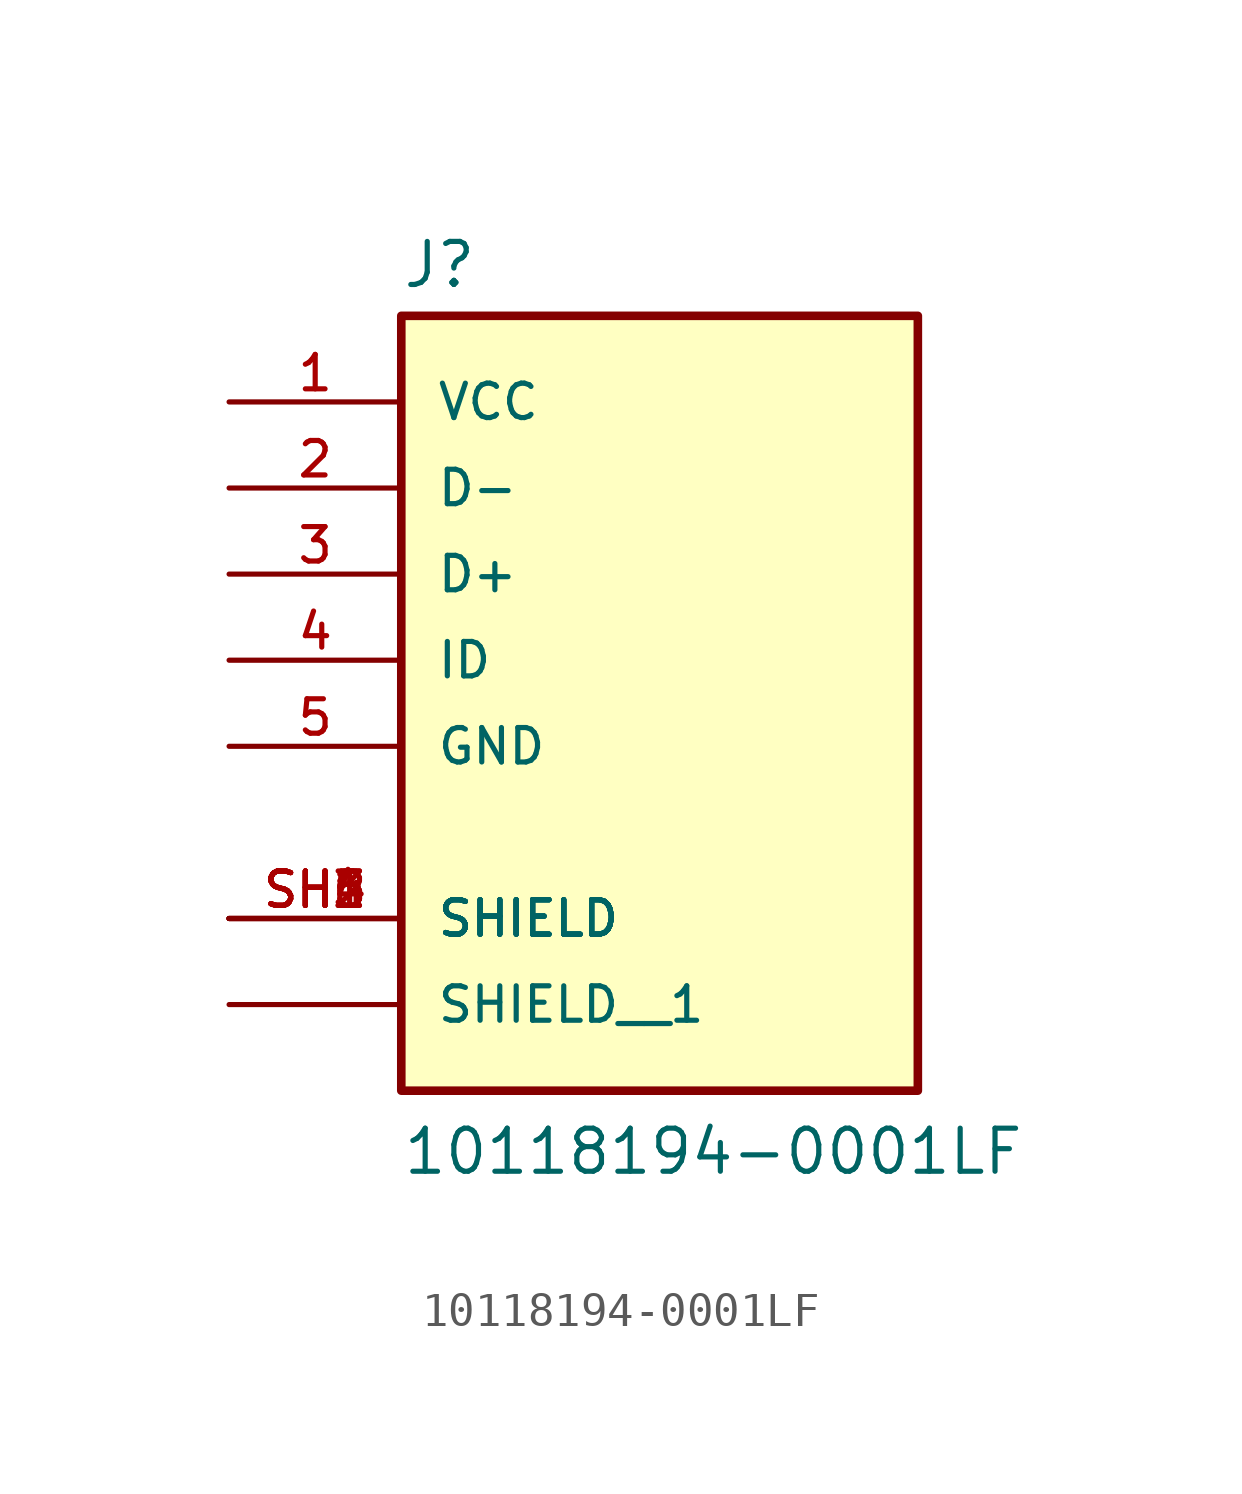
<source format=kicad_sym>
(kicad_symbol_lib
  (version 20211014)
  (generator kicad_symbol_editor)
  (symbol "10118194-0001LF"
    (pin_names
      (offset 1.016))
    (property "Reference" "J"
      (at -7.62 10.922 0)
      (effects (font (size 1.27 1.27)) (justify bottom left)))
    (property "Value" "10118194-0001LF"
      (at -7.62 -15.24 0)
      (effects (font (size 1.27 1.27)) (justify bottom left)))
    (symbol "10118194-0001LF_0_0"
      (rectangle (start -7.62 -12.7) (end 7.62 10.16) (stroke (width 0.254)) (fill (type background)))
      (pin power_in line (at -12.7 7.62 0) (length 5.08) (name "VCC" (effects (font (size 1.016 1.016)))) (number "1" (effects (font (size 1.016 1.016)))))
      (pin bidirectional line (at -12.7 5.08 0) (length 5.08) (name "D-" (effects (font (size 1.016 1.016)))) (number "2" (effects (font (size 1.016 1.016)))))
      (pin bidirectional line (at -12.7 2.54 0) (length 5.08) (name "D+" (effects (font (size 1.016 1.016)))) (number "3" (effects (font (size 1.016 1.016)))))
      (pin bidirectional line (at -12.7 0.0 0) (length 5.08) (name "ID" (effects (font (size 1.016 1.016)))) (number "4" (effects (font (size 1.016 1.016)))))
      (pin power_in line (at -12.7 -2.54 0) (length 5.08) (name "GND" (effects (font (size 1.016 1.016)))) (number "5" (effects (font (size 1.016 1.016)))))
      (pin passive line (at -12.7 -7.62 0) (length 5.08) (name "SHIELD" (effects (font (size 1.016 1.016)))) (number "SH1" (effects (font (size 1.016 1.016)))))
      (pin passive line (at -12.7 -7.62 0) (length 5.08) (name "SHIELD" (effects (font (size 1.016 1.016)))) (number "SH2" (effects (font (size 1.016 1.016)))))
      (pin passive line (at -12.7 -7.62 0) (length 5.08) (name "SHIELD" (effects (font (size 1.016 1.016)))) (number "SH3" (effects (font (size 1.016 1.016)))))
      (pin passive line (at -12.7 -7.62 0) (length 5.08) (name "SHIELD" (effects (font (size 1.016 1.016)))) (number "SH4" (effects (font (size 1.016 1.016)))))
      (pin passive line (at -12.7 -7.62 0) (length 5.08) (name "SHIELD" (effects (font (size 1.016 1.016)))) (number "SH5" (effects (font (size 1.016 1.016)))))
      (pin passive line (at -12.7 -7.62 0) (length 5.08) (name "SHIELD" (effects (font (size 1.016 1.016)))) (number "SH6" (effects (font (size 1.016 1.016)))))
      (pin passive line (at -12.7 -10.16 0) (length 5.08) (name "SHIELD__1" (effects (font (size 1.016 1.016)))) (number "~" (effects (font (size 1.016 1.016))))))))
</source>
